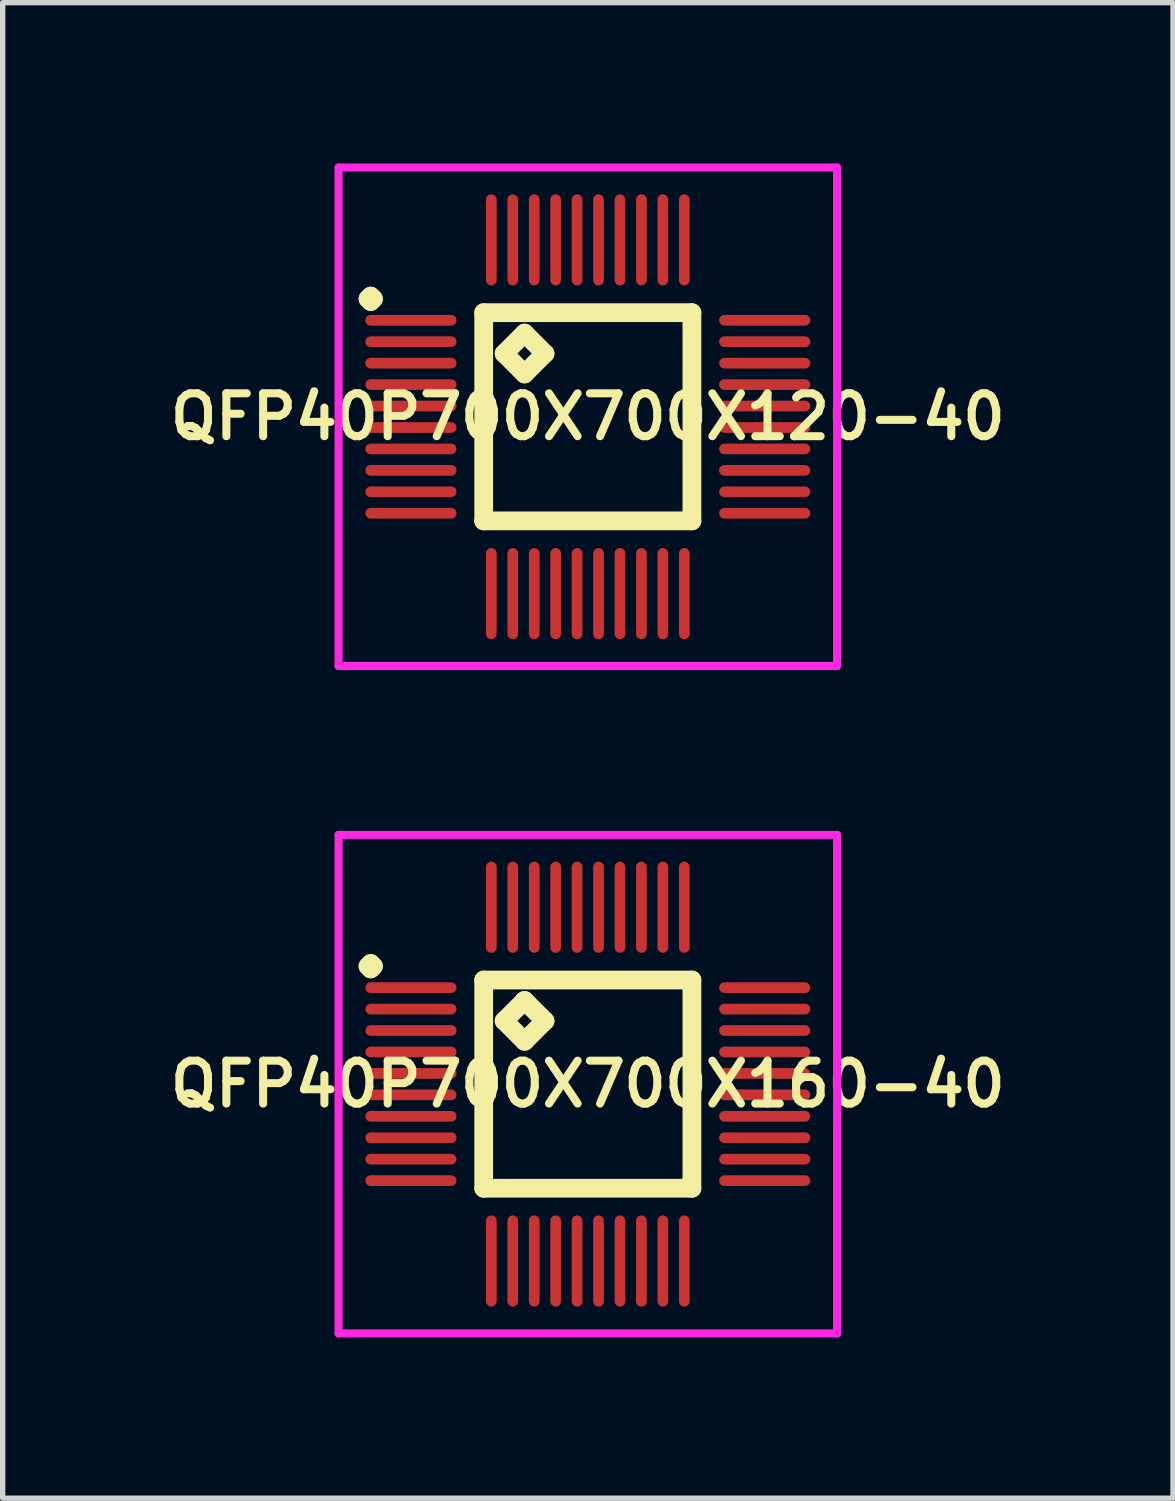
<source format=kicad_pcb>
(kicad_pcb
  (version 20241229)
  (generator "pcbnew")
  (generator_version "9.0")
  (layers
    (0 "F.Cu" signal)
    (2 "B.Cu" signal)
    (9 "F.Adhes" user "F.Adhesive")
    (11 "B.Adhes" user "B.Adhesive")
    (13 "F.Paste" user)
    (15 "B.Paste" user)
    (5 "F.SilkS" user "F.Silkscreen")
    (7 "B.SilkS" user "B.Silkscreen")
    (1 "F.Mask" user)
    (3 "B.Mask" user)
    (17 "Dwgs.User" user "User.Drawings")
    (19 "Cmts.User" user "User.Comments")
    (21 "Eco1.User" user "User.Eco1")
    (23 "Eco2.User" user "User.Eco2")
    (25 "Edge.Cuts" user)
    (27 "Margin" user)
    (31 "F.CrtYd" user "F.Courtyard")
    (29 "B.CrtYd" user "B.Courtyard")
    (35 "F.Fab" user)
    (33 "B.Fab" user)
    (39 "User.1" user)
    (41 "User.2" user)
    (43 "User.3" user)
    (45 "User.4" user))
  (footprint "QFP40P700X700X120-40"
    (layer "F.Cu")
    (at 7.916 4.725)
    (property "Reference" "QFP40P700X700X120-40" (at 0 0 0) (layer "F.SilkS") (effects (font (size 0.8 0.8) (thickness 0.15))))
    (attr smd)
    (fp_line (start -4.1 -2.2) (end -4.05 -2.25) (stroke (width 0.35) (type solid)) (layer "F.SilkS"))
    (fp_line (start -4.05 -2.25) (end -4 -2.2) (stroke (width 0.35) (type solid)) (layer "F.SilkS"))
    (fp_line (start -4.05 -2.15) (end -4.1 -2.2) (stroke (width 0.35) (type solid)) (layer "F.SilkS"))
    (fp_line (start -4 -2.2) (end -4.05 -2.15) (stroke (width 0.35) (type solid)) (layer "F.SilkS"))
    (fp_line (start -1.942 -1.942) (end -1.942 1.942) (stroke (width 0.35) (type solid)) (layer "F.SilkS"))
    (fp_line (start -1.942 1.942) (end 1.942 1.942) (stroke (width 0.35) (type solid)) (layer "F.SilkS"))
    (fp_line (start -1.561 -1.18) (end -1.18 -1.561) (stroke (width 0.35) (type solid)) (layer "F.SilkS"))
    (fp_line (start -1.18 -1.561) (end -0.799 -1.18) (stroke (width 0.35) (type solid)) (layer "F.SilkS"))
    (fp_line (start -1.18 -0.799) (end -1.561 -1.18) (stroke (width 0.35) (type solid)) (layer "F.SilkS"))
    (fp_line (start -0.799 -1.18) (end -1.18 -0.799) (stroke (width 0.35) (type solid)) (layer "F.SilkS"))
    (fp_line (start 1.942 -1.942) (end -1.942 -1.942) (stroke (width 0.35) (type solid)) (layer "F.SilkS"))
    (fp_line (start 1.942 1.942) (end 1.942 -1.942) (stroke (width 0.35) (type solid)) (layer "F.SilkS"))
    (fp_line (start -4.65 -4.65) (end 4.65 -4.65) (stroke (width 0.15) (type solid)) (layer "F.CrtYd"))
    (fp_line (start -4.65 4.65) (end -4.65 -4.65) (stroke (width 0.15) (type solid)) (layer "F.CrtYd"))
    (fp_line (start 4.65 -4.65) (end 4.65 4.65) (stroke (width 0.15) (type solid)) (layer "F.CrtYd"))
    (fp_line (start 4.65 4.65) (end -4.65 4.65) (stroke (width 0.15) (type solid)) (layer "F.CrtYd"))
    (pad "1" smd oval (at -3.3 -1.8) (size 1.7 0.2) (layers "F.Cu" "F.Mask" "F.Paste"))
    (pad "2" smd oval (at -3.3 -1.4) (size 1.7 0.2) (layers "F.Cu" "F.Mask" "F.Paste"))
    (pad "3" smd oval (at -3.3 -1) (size 1.7 0.2) (layers "F.Cu" "F.Mask" "F.Paste"))
    (pad "4" smd oval (at -3.3 -0.6) (size 1.7 0.2) (layers "F.Cu" "F.Mask" "F.Paste"))
    (pad "5" smd oval (at -3.3 -0.2) (size 1.7 0.2) (layers "F.Cu" "F.Mask" "F.Paste"))
    (pad "6" smd oval (at -3.3 0.2) (size 1.7 0.2) (layers "F.Cu" "F.Mask" "F.Paste"))
    (pad "7" smd oval (at -3.3 0.6) (size 1.7 0.2) (layers "F.Cu" "F.Mask" "F.Paste"))
    (pad "8" smd oval (at -3.3 1) (size 1.7 0.2) (layers "F.Cu" "F.Mask" "F.Paste"))
    (pad "9" smd oval (at -3.3 1.4) (size 1.7 0.2) (layers "F.Cu" "F.Mask" "F.Paste"))
    (pad "10" smd oval (at -3.3 1.8) (size 1.7 0.2) (layers "F.Cu" "F.Mask" "F.Paste"))
    (pad "11" smd oval (at -1.8 3.3) (size 0.2 1.7) (layers "F.Cu" "F.Mask" "F.Paste"))
    (pad "12" smd oval (at -1.4 3.3) (size 0.2 1.7) (layers "F.Cu" "F.Mask" "F.Paste"))
    (pad "13" smd oval (at -1 3.3) (size 0.2 1.7) (layers "F.Cu" "F.Mask" "F.Paste"))
    (pad "14" smd oval (at -0.6 3.3) (size 0.2 1.7) (layers "F.Cu" "F.Mask" "F.Paste"))
    (pad "15" smd oval (at -0.2 3.3) (size 0.2 1.7) (layers "F.Cu" "F.Mask" "F.Paste"))
    (pad "16" smd oval (at 0.2 3.3) (size 0.2 1.7) (layers "F.Cu" "F.Mask" "F.Paste"))
    (pad "17" smd oval (at 0.6 3.3) (size 0.2 1.7) (layers "F.Cu" "F.Mask" "F.Paste"))
    (pad "18" smd oval (at 1 3.3) (size 0.2 1.7) (layers "F.Cu" "F.Mask" "F.Paste"))
    (pad "19" smd oval (at 1.4 3.3) (size 0.2 1.7) (layers "F.Cu" "F.Mask" "F.Paste"))
    (pad "20" smd oval (at 1.8 3.3) (size 0.2 1.7) (layers "F.Cu" "F.Mask" "F.Paste"))
    (pad "21" smd oval (at 3.3 1.8) (size 1.7 0.2) (layers "F.Cu" "F.Mask" "F.Paste"))
    (pad "22" smd oval (at 3.3 1.4) (size 1.7 0.2) (layers "F.Cu" "F.Mask" "F.Paste"))
    (pad "23" smd oval (at 3.3 1) (size 1.7 0.2) (layers "F.Cu" "F.Mask" "F.Paste"))
    (pad "24" smd oval (at 3.3 0.6) (size 1.7 0.2) (layers "F.Cu" "F.Mask" "F.Paste"))
    (pad "25" smd oval (at 3.3 0.2) (size 1.7 0.2) (layers "F.Cu" "F.Mask" "F.Paste"))
    (pad "26" smd oval (at 3.3 -0.2) (size 1.7 0.2) (layers "F.Cu" "F.Mask" "F.Paste"))
    (pad "27" smd oval (at 3.3 -0.6) (size 1.7 0.2) (layers "F.Cu" "F.Mask" "F.Paste"))
    (pad "28" smd oval (at 3.3 -1) (size 1.7 0.2) (layers "F.Cu" "F.Mask" "F.Paste"))
    (pad "29" smd oval (at 3.3 -1.4) (size 1.7 0.2) (layers "F.Cu" "F.Mask" "F.Paste"))
    (pad "30" smd oval (at 3.3 -1.8) (size 1.7 0.2) (layers "F.Cu" "F.Mask" "F.Paste"))
    (pad "31" smd oval (at 1.8 -3.3) (size 0.2 1.7) (layers "F.Cu" "F.Mask" "F.Paste"))
    (pad "32" smd oval (at 1.4 -3.3) (size 0.2 1.7) (layers "F.Cu" "F.Mask" "F.Paste"))
    (pad "33" smd oval (at 1 -3.3) (size 0.2 1.7) (layers "F.Cu" "F.Mask" "F.Paste"))
    (pad "34" smd oval (at 0.6 -3.3) (size 0.2 1.7) (layers "F.Cu" "F.Mask" "F.Paste"))
    (pad "35" smd oval (at 0.2 -3.3) (size 0.2 1.7) (layers "F.Cu" "F.Mask" "F.Paste"))
    (pad "36" smd oval (at -0.2 -3.3) (size 0.2 1.7) (layers "F.Cu" "F.Mask" "F.Paste"))
    (pad "37" smd oval (at -0.6 -3.3) (size 0.2 1.7) (layers "F.Cu" "F.Mask" "F.Paste"))
    (pad "38" smd oval (at -1 -3.3) (size 0.2 1.7) (layers "F.Cu" "F.Mask" "F.Paste"))
    (pad "39" smd oval (at -1.4 -3.3) (size 0.2 1.7) (layers "F.Cu" "F.Mask" "F.Paste"))
    (pad "40" smd oval (at -1.8 -3.3) (size 0.2 1.7) (layers "F.Cu" "F.Mask" "F.Paste")))
  (footprint "QFP40P700X700X160-40"
    (layer "F.Cu")
    (at 7.916 17.175)
    (property "Reference" "QFP40P700X700X160-40" (at 0 0 0) (layer "F.SilkS") (effects (font (size 0.8 0.8) (thickness 0.15))))
    (attr smd)
    (fp_line (start -4.1 -2.2) (end -4.05 -2.25) (stroke (width 0.35) (type solid)) (layer "F.SilkS"))
    (fp_line (start -4.05 -2.25) (end -4 -2.2) (stroke (width 0.35) (type solid)) (layer "F.SilkS"))
    (fp_line (start -4.05 -2.15) (end -4.1 -2.2) (stroke (width 0.35) (type solid)) (layer "F.SilkS"))
    (fp_line (start -4 -2.2) (end -4.05 -2.15) (stroke (width 0.35) (type solid)) (layer "F.SilkS"))
    (fp_line (start -1.942 -1.942) (end -1.942 1.942) (stroke (width 0.35) (type solid)) (layer "F.SilkS"))
    (fp_line (start -1.942 1.942) (end 1.942 1.942) (stroke (width 0.35) (type solid)) (layer "F.SilkS"))
    (fp_line (start -1.561 -1.18) (end -1.18 -1.561) (stroke (width 0.35) (type solid)) (layer "F.SilkS"))
    (fp_line (start -1.18 -1.561) (end -0.799 -1.18) (stroke (width 0.35) (type solid)) (layer "F.SilkS"))
    (fp_line (start -1.18 -0.799) (end -1.561 -1.18) (stroke (width 0.35) (type solid)) (layer "F.SilkS"))
    (fp_line (start -0.799 -1.18) (end -1.18 -0.799) (stroke (width 0.35) (type solid)) (layer "F.SilkS"))
    (fp_line (start 1.942 -1.942) (end -1.942 -1.942) (stroke (width 0.35) (type solid)) (layer "F.SilkS"))
    (fp_line (start 1.942 1.942) (end 1.942 -1.942) (stroke (width 0.35) (type solid)) (layer "F.SilkS"))
    (fp_line (start -4.65 -4.65) (end 4.65 -4.65) (stroke (width 0.15) (type solid)) (layer "F.CrtYd"))
    (fp_line (start -4.65 4.65) (end -4.65 -4.65) (stroke (width 0.15) (type solid)) (layer "F.CrtYd"))
    (fp_line (start 4.65 -4.65) (end 4.65 4.65) (stroke (width 0.15) (type solid)) (layer "F.CrtYd"))
    (fp_line (start 4.65 4.65) (end -4.65 4.65) (stroke (width 0.15) (type solid)) (layer "F.CrtYd"))
    (pad "1" smd oval (at -3.3 -1.8) (size 1.7 0.2) (layers "F.Cu" "F.Mask" "F.Paste"))
    (pad "2" smd oval (at -3.3 -1.4) (size 1.7 0.2) (layers "F.Cu" "F.Mask" "F.Paste"))
    (pad "3" smd oval (at -3.3 -1) (size 1.7 0.2) (layers "F.Cu" "F.Mask" "F.Paste"))
    (pad "4" smd oval (at -3.3 -0.6) (size 1.7 0.2) (layers "F.Cu" "F.Mask" "F.Paste"))
    (pad "5" smd oval (at -3.3 -0.2) (size 1.7 0.2) (layers "F.Cu" "F.Mask" "F.Paste"))
    (pad "6" smd oval (at -3.3 0.2) (size 1.7 0.2) (layers "F.Cu" "F.Mask" "F.Paste"))
    (pad "7" smd oval (at -3.3 0.6) (size 1.7 0.2) (layers "F.Cu" "F.Mask" "F.Paste"))
    (pad "8" smd oval (at -3.3 1) (size 1.7 0.2) (layers "F.Cu" "F.Mask" "F.Paste"))
    (pad "9" smd oval (at -3.3 1.4) (size 1.7 0.2) (layers "F.Cu" "F.Mask" "F.Paste"))
    (pad "10" smd oval (at -3.3 1.8) (size 1.7 0.2) (layers "F.Cu" "F.Mask" "F.Paste"))
    (pad "11" smd oval (at -1.8 3.3) (size 0.2 1.7) (layers "F.Cu" "F.Mask" "F.Paste"))
    (pad "12" smd oval (at -1.4 3.3) (size 0.2 1.7) (layers "F.Cu" "F.Mask" "F.Paste"))
    (pad "13" smd oval (at -1 3.3) (size 0.2 1.7) (layers "F.Cu" "F.Mask" "F.Paste"))
    (pad "14" smd oval (at -0.6 3.3) (size 0.2 1.7) (layers "F.Cu" "F.Mask" "F.Paste"))
    (pad "15" smd oval (at -0.2 3.3) (size 0.2 1.7) (layers "F.Cu" "F.Mask" "F.Paste"))
    (pad "16" smd oval (at 0.2 3.3) (size 0.2 1.7) (layers "F.Cu" "F.Mask" "F.Paste"))
    (pad "17" smd oval (at 0.6 3.3) (size 0.2 1.7) (layers "F.Cu" "F.Mask" "F.Paste"))
    (pad "18" smd oval (at 1 3.3) (size 0.2 1.7) (layers "F.Cu" "F.Mask" "F.Paste"))
    (pad "19" smd oval (at 1.4 3.3) (size 0.2 1.7) (layers "F.Cu" "F.Mask" "F.Paste"))
    (pad "20" smd oval (at 1.8 3.3) (size 0.2 1.7) (layers "F.Cu" "F.Mask" "F.Paste"))
    (pad "21" smd oval (at 3.3 1.8) (size 1.7 0.2) (layers "F.Cu" "F.Mask" "F.Paste"))
    (pad "22" smd oval (at 3.3 1.4) (size 1.7 0.2) (layers "F.Cu" "F.Mask" "F.Paste"))
    (pad "23" smd oval (at 3.3 1) (size 1.7 0.2) (layers "F.Cu" "F.Mask" "F.Paste"))
    (pad "24" smd oval (at 3.3 0.6) (size 1.7 0.2) (layers "F.Cu" "F.Mask" "F.Paste"))
    (pad "25" smd oval (at 3.3 0.2) (size 1.7 0.2) (layers "F.Cu" "F.Mask" "F.Paste"))
    (pad "26" smd oval (at 3.3 -0.2) (size 1.7 0.2) (layers "F.Cu" "F.Mask" "F.Paste"))
    (pad "27" smd oval (at 3.3 -0.6) (size 1.7 0.2) (layers "F.Cu" "F.Mask" "F.Paste"))
    (pad "28" smd oval (at 3.3 -1) (size 1.7 0.2) (layers "F.Cu" "F.Mask" "F.Paste"))
    (pad "29" smd oval (at 3.3 -1.4) (size 1.7 0.2) (layers "F.Cu" "F.Mask" "F.Paste"))
    (pad "30" smd oval (at 3.3 -1.8) (size 1.7 0.2) (layers "F.Cu" "F.Mask" "F.Paste"))
    (pad "31" smd oval (at 1.8 -3.3) (size 0.2 1.7) (layers "F.Cu" "F.Mask" "F.Paste"))
    (pad "32" smd oval (at 1.4 -3.3) (size 0.2 1.7) (layers "F.Cu" "F.Mask" "F.Paste"))
    (pad "33" smd oval (at 1 -3.3) (size 0.2 1.7) (layers "F.Cu" "F.Mask" "F.Paste"))
    (pad "34" smd oval (at 0.6 -3.3) (size 0.2 1.7) (layers "F.Cu" "F.Mask" "F.Paste"))
    (pad "35" smd oval (at 0.2 -3.3) (size 0.2 1.7) (layers "F.Cu" "F.Mask" "F.Paste"))
    (pad "36" smd oval (at -0.2 -3.3) (size 0.2 1.7) (layers "F.Cu" "F.Mask" "F.Paste"))
    (pad "37" smd oval (at -0.6 -3.3) (size 0.2 1.7) (layers "F.Cu" "F.Mask" "F.Paste"))
    (pad "38" smd oval (at -1 -3.3) (size 0.2 1.7) (layers "F.Cu" "F.Mask" "F.Paste"))
    (pad "39" smd oval (at -1.4 -3.3) (size 0.2 1.7) (layers "F.Cu" "F.Mask" "F.Paste"))
    (pad "40" smd oval (at -1.8 -3.3) (size 0.2 1.7) (layers "F.Cu" "F.Mask" "F.Paste")))
  (gr_rect
    (start -3 -3)
    (end 18.833 24.9)
    (stroke (width 0.1) (type default))
    (fill no)
    (layer "Edge.Cuts")))
</source>
